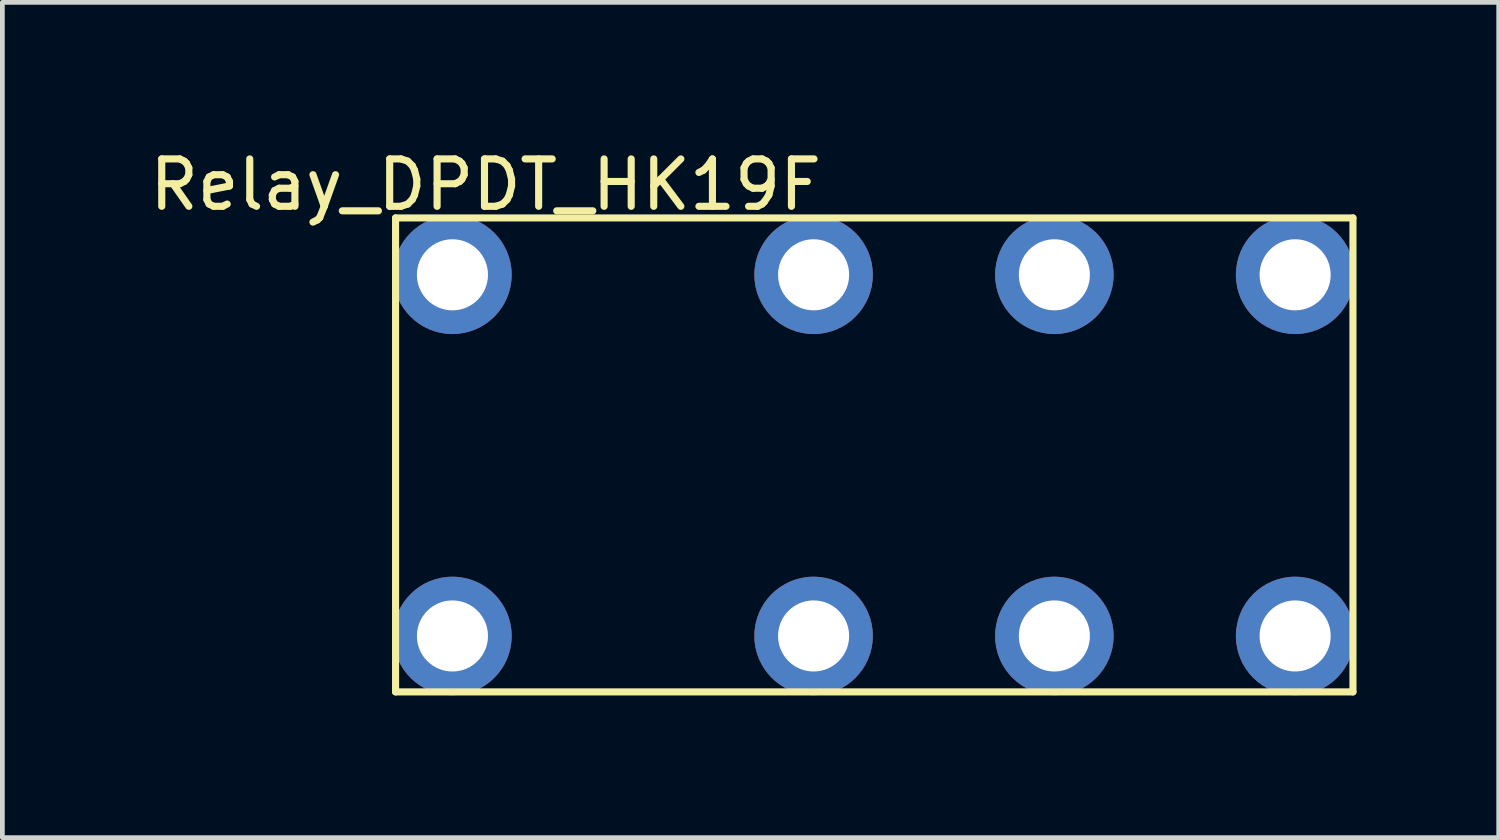
<source format=kicad_pcb>
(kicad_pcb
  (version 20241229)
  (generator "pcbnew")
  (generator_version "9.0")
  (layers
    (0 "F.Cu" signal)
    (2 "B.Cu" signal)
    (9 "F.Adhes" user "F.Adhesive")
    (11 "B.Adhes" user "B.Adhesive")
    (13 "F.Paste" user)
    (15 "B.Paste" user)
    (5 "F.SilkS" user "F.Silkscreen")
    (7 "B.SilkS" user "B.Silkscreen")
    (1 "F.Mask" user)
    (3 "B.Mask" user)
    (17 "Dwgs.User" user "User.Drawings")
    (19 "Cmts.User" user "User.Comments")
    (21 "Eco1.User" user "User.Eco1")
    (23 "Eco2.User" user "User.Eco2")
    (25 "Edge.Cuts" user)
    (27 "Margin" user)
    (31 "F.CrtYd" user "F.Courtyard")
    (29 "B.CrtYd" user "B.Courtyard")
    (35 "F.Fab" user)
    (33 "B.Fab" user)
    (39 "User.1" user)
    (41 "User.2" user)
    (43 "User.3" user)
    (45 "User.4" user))
  (footprint "Relay_DPDT_HK19F"
    (layer "F.Cu")
    (at 6.496 2.748)
    (property "Reference" "Relay_DPDT_HK19F" (at 0.7 -1.9 0) (layer "F.SilkS") (effects (font (size 1 1) (thickness 0.15))))
    (attr through_hole)
    (fp_line (start -1.2 -1.2) (end -1.2 8.8) (stroke (width 0.15) (type solid)) (layer "F.SilkS"))
    (fp_line (start -1.2 8.8) (end 19 8.8) (stroke (width 0.15) (type solid)) (layer "F.SilkS"))
    (fp_line (start 19 -1.2) (end -1.2 -1.2) (stroke (width 0.15) (type solid)) (layer "F.SilkS"))
    (fp_line (start 19 8.8) (end 19 -1.2) (stroke (width 0.15) (type solid)) (layer "F.SilkS"))
    (pad "1" thru_hole circle (at 0 0) (size 2.5 2.5) (drill 1.5) (layers "*.Cu" "*.Mask"))
    (pad "4" thru_hole circle (at 7.62 0) (size 2.5 2.5) (drill 1.5) (layers "*.Cu" "*.Mask"))
    (pad "6" thru_hole circle (at 12.7 0) (size 2.5 2.5) (drill 1.5) (layers "*.Cu" "*.Mask"))
    (pad "8" thru_hole circle (at 17.78 0) (size 2.5 2.5) (drill 1.5) (layers "*.Cu" "*.Mask"))
    (pad "9" thru_hole circle (at 17.78 7.62) (size 2.5 2.5) (drill 1.5) (layers "*.Cu" "*.Mask"))
    (pad "11" thru_hole circle (at 12.7 7.62) (size 2.5 2.5) (drill 1.5) (layers "*.Cu" "*.Mask"))
    (pad "13" thru_hole circle (at 7.62 7.62) (size 2.5 2.5) (drill 1.5) (layers "*.Cu" "*.Mask"))
    (pad "16" thru_hole circle (at 0 7.62) (size 2.5 2.5) (drill 1.5) (layers "*.Cu" "*.Mask")))
  (gr_rect
    (start -3 -3)
    (end 28.571 14.623)
    (stroke (width 0.1) (type default))
    (fill no)
    (layer "Edge.Cuts")))
</source>
